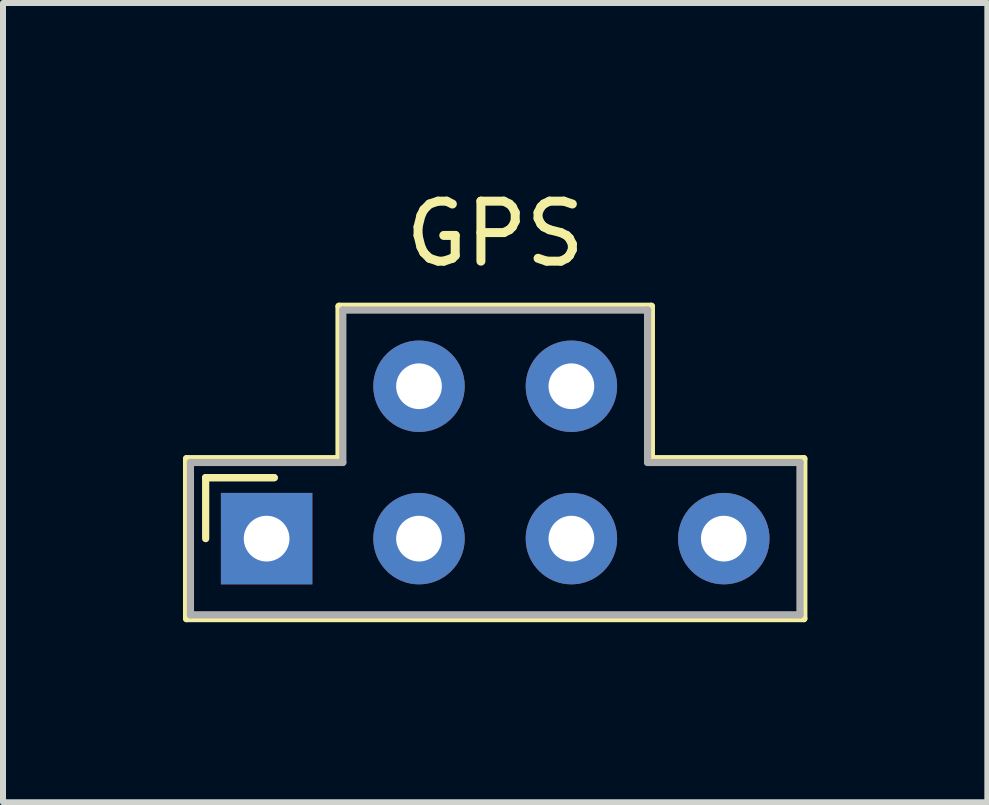
<source format=kicad_pcb>
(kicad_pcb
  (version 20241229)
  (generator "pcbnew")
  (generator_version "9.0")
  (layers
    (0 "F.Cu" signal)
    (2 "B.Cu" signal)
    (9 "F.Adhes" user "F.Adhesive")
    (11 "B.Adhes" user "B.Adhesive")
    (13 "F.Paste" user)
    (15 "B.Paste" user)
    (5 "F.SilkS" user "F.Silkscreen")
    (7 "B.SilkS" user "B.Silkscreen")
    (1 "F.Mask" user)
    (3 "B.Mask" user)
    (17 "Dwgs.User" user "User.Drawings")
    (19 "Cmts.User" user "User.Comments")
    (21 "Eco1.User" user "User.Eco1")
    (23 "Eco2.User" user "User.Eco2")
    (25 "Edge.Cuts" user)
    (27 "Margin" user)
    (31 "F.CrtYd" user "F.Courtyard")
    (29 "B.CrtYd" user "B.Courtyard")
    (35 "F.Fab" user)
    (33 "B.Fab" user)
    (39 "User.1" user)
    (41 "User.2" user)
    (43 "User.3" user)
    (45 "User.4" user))
  (footprint "GPS"
    (layer "F.Cu")
    (at 5.204 5.928)
    (property "Reference" "GPS" (at 0 -5.08 0) (layer "F.SilkS") (effects (font (size 1 1) (thickness 0.15))))
    (attr through_hole)
    (fp_line (start -5.144 -1.333) (end -2.603 -1.333) (stroke (width 0.12) (type solid)) (layer "F.SilkS"))
    (fp_line (start -5.144 1.333) (end -5.144 -1.333) (stroke (width 0.12) (type solid)) (layer "F.SilkS"))
    (fp_line (start -4.826 -1.016) (end -4.826 0) (stroke (width 0.12) (type solid)) (layer "F.SilkS"))
    (fp_line (start -4.826 -1.016) (end -3.683 -1.016) (stroke (width 0.12) (type solid)) (layer "F.SilkS"))
    (fp_line (start -3.683 -1.016) (end -4.826 -1.016) (stroke (width 0.12) (type solid)) (layer "F.SilkS"))
    (fp_line (start -2.603 -3.873) (end 2.603 -3.873) (stroke (width 0.12) (type solid)) (layer "F.SilkS"))
    (fp_line (start -2.603 -1.333) (end -2.603 -3.873) (stroke (width 0.12) (type solid)) (layer "F.SilkS"))
    (fp_line (start 2.603 -3.873) (end 2.603 -1.333) (stroke (width 0.12) (type solid)) (layer "F.SilkS"))
    (fp_line (start 2.603 -1.333) (end 5.144 -1.333) (stroke (width 0.12) (type solid)) (layer "F.SilkS"))
    (fp_line (start 5.144 -1.333) (end 5.144 1.333) (stroke (width 0.12) (type solid)) (layer "F.SilkS"))
    (fp_line (start 5.144 1.333) (end -5.144 1.333) (stroke (width 0.12) (type solid)) (layer "F.SilkS"))
    (fp_line (start -5.08 -1.27) (end -5.08 1.27) (stroke (width 0.12) (type solid)) (layer "F.Fab"))
    (fp_line (start -5.08 1.27) (end 5.08 1.27) (stroke (width 0.12) (type solid)) (layer "F.Fab"))
    (fp_line (start -2.54 -3.81) (end -2.54 -1.27) (stroke (width 0.12) (type solid)) (layer "F.Fab"))
    (fp_line (start -2.54 -1.27) (end -5.08 -1.27) (stroke (width 0.12) (type solid)) (layer "F.Fab"))
    (fp_line (start 2.54 -3.81) (end -2.54 -3.81) (stroke (width 0.12) (type solid)) (layer "F.Fab"))
    (fp_line (start 2.54 -1.27) (end 2.54 -3.81) (stroke (width 0.12) (type solid)) (layer "F.Fab"))
    (fp_line (start 5.08 -1.27) (end 2.54 -1.27) (stroke (width 0.12) (type solid)) (layer "F.Fab"))
    (fp_line (start 5.08 1.27) (end 5.08 -1.27) (stroke (width 0.12) (type solid)) (layer "F.Fab"))
    (pad "1" thru_hole rect (at -3.81 0) (size 1.524 1.524) (drill 0.762) (layers "*.Cu" "*.Mask"))
    (pad "2" thru_hole circle (at -1.27 0) (size 1.524 1.524) (drill 0.762) (layers "*.Cu" "*.Mask"))
    (pad "3" thru_hole circle (at 1.27 0) (size 1.524 1.524) (drill 0.762) (layers "*.Cu" "*.Mask"))
    (pad "4" thru_hole circle (at 3.81 0) (size 1.524 1.524) (drill 0.762) (layers "*.Cu" "*.Mask"))
    (pad "5" thru_hole circle (at -1.27 -2.54) (size 1.524 1.524) (drill 0.762) (layers "*.Cu" "*.Mask"))
    (pad "6" thru_hole circle (at 1.27 -2.54) (size 1.524 1.524) (drill 0.762) (layers "*.Cu" "*.Mask")))
  (gr_rect
    (start -3 -3)
    (end 13.407 10.322)
    (stroke (width 0.1) (type default))
    (fill no)
    (layer "Edge.Cuts")))
</source>
